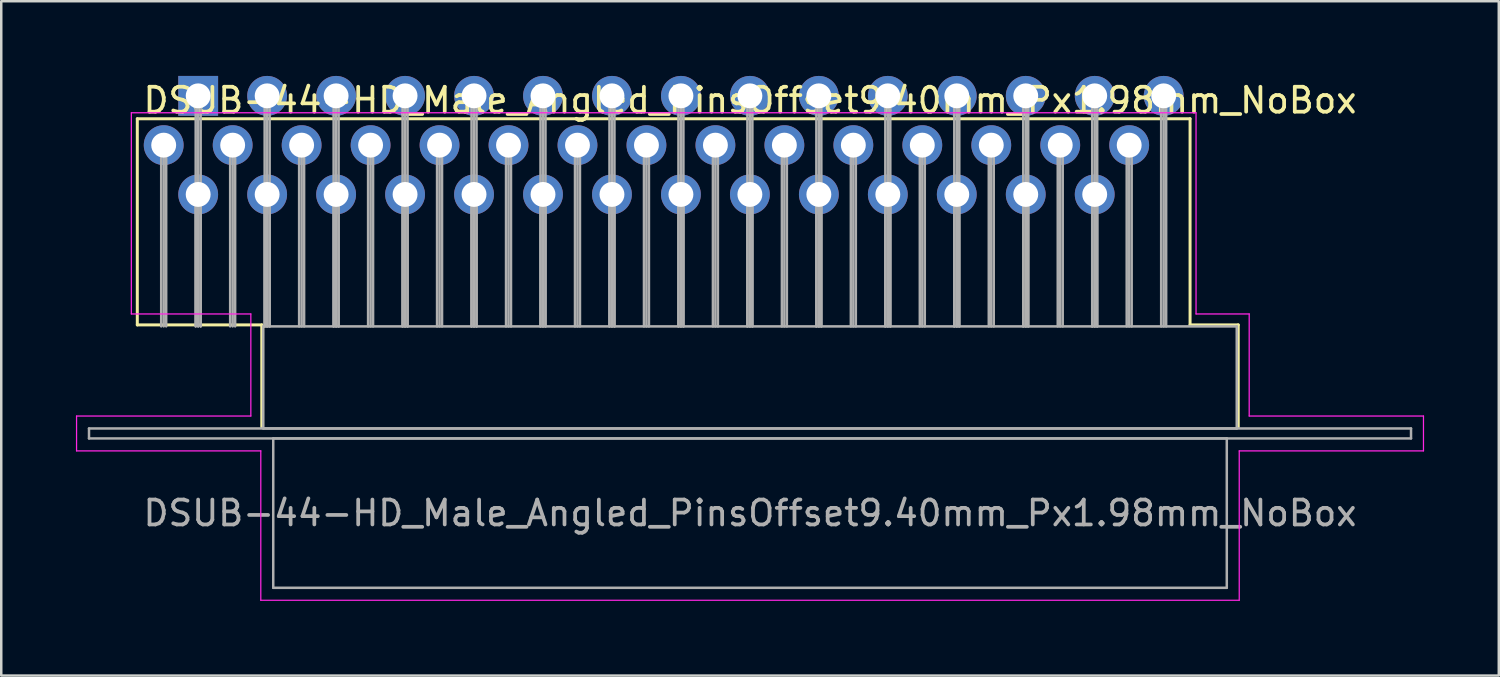
<source format=kicad_pcb>
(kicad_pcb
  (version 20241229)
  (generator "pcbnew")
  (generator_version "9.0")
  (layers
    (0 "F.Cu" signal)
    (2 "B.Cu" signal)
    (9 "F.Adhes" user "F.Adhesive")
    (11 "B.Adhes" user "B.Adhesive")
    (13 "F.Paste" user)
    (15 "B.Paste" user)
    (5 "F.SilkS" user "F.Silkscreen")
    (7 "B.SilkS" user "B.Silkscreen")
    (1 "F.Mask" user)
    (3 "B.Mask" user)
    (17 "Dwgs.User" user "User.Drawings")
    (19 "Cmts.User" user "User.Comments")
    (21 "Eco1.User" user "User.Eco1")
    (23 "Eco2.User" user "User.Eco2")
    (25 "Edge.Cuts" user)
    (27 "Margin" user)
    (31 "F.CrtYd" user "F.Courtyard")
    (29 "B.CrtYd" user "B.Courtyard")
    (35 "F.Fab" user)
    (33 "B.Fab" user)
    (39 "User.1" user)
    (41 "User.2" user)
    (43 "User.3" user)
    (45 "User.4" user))
  (footprint "DSUB-44-HD_Male_Angled_PinsOffset9.40mm_Px1.98mm_NoBox"
    (layer "F.Cu")
    (at 4.91 0.8)
    (property "Reference" "DSUB-44-HD_Male_Angled_PinsOffset9.40mm_Px1.98mm_NoBox" (at 22.165 0.18 0) (layer "F.SilkS") (effects (font (size 1 1) (thickness 0.15))))
    (attr through_hole)
    (fp_line (start -2.445 0.92) (end 39.84 0.92) (stroke (width 0.12) (type solid)) (layer "F.SilkS"))
    (fp_line (start -2.445 9.2) (end -2.445 0.92) (stroke (width 0.12) (type solid)) (layer "F.SilkS"))
    (fp_line (start -0.25 0.226) (end 0.25 0.226) (stroke (width 0.12) (type solid)) (layer "F.SilkS"))
    (fp_line (start 0 0.659) (end -0.25 0.226) (stroke (width 0.12) (type solid)) (layer "F.SilkS"))
    (fp_line (start 0.25 0.226) (end 0 0.659) (stroke (width 0.12) (type solid)) (layer "F.SilkS"))
    (fp_line (start 2.555 9.2) (end -2.445 9.2) (stroke (width 0.12) (type solid)) (layer "F.SilkS"))
    (fp_line (start 2.555 13.3) (end 2.555 9.2) (stroke (width 0.12) (type solid)) (layer "F.SilkS"))
    (fp_line (start 39.84 0.92) (end 39.84 9.2) (stroke (width 0.12) (type solid)) (layer "F.SilkS"))
    (fp_line (start 39.84 9.2) (end 41.775 9.2) (stroke (width 0.12) (type solid)) (layer "F.SilkS"))
    (fp_line (start 41.775 9.2) (end 41.775 13.3) (stroke (width 0.12) (type solid)) (layer "F.SilkS"))
    (fp_line (start -4.885 12.86) (end 2.115 12.86) (stroke (width 0.05) (type solid)) (layer "F.CrtYd"))
    (fp_line (start -4.885 14.26) (end -4.885 12.86) (stroke (width 0.05) (type solid)) (layer "F.CrtYd"))
    (fp_line (start -2.685 0.68) (end 40.08 0.68) (stroke (width 0.05) (type solid)) (layer "F.CrtYd"))
    (fp_line (start -2.685 8.76) (end -2.685 0.68) (stroke (width 0.05) (type solid)) (layer "F.CrtYd"))
    (fp_line (start 2.115 8.76) (end -2.685 8.76) (stroke (width 0.05) (type solid)) (layer "F.CrtYd"))
    (fp_line (start 2.115 12.86) (end 2.115 8.76) (stroke (width 0.05) (type solid)) (layer "F.CrtYd"))
    (fp_line (start 2.515 14.26) (end -4.885 14.26) (stroke (width 0.05) (type solid)) (layer "F.CrtYd"))
    (fp_line (start 2.515 20.26) (end 2.515 14.26) (stroke (width 0.05) (type solid)) (layer "F.CrtYd"))
    (fp_line (start 40.08 0.68) (end 40.08 8.76) (stroke (width 0.05) (type solid)) (layer "F.CrtYd"))
    (fp_line (start 40.08 8.76) (end 42.215 8.76) (stroke (width 0.05) (type solid)) (layer "F.CrtYd"))
    (fp_line (start 41.815 14.26) (end 41.815 20.26) (stroke (width 0.05) (type solid)) (layer "F.CrtYd"))
    (fp_line (start 41.815 20.26) (end 2.515 20.26) (stroke (width 0.05) (type solid)) (layer "F.CrtYd"))
    (fp_line (start 42.215 8.76) (end 42.215 12.86) (stroke (width 0.05) (type solid)) (layer "F.CrtYd"))
    (fp_line (start 42.215 12.86) (end 49.215 12.86) (stroke (width 0.05) (type solid)) (layer "F.CrtYd"))
    (fp_line (start 49.215 12.86) (end 49.215 14.26) (stroke (width 0.05) (type solid)) (layer "F.CrtYd"))
    (fp_line (start 49.215 14.26) (end 41.815 14.26) (stroke (width 0.05) (type solid)) (layer "F.CrtYd"))
    (fp_line (start -4.385 13.36) (end -4.385 13.76) (stroke (width 0.1) (type solid)) (layer "F.Fab"))
    (fp_line (start -4.385 13.76) (end 48.715 13.76) (stroke (width 0.1) (type solid)) (layer "F.Fab"))
    (fp_line (start -1.485 1.98) (end -1.485 9.26) (stroke (width 0.1) (type solid)) (layer "F.Fab"))
    (fp_line (start -1.385 1.98) (end -1.385 9.26) (stroke (width 0.1) (type solid)) (layer "F.Fab"))
    (fp_line (start -1.285 1.98) (end -1.285 9.26) (stroke (width 0.1) (type solid)) (layer "F.Fab"))
    (fp_line (start -0.1 0) (end -0.1 9.26) (stroke (width 0.1) (type solid)) (layer "F.Fab"))
    (fp_line (start -0.1 3.96) (end -0.1 9.26) (stroke (width 0.1) (type solid)) (layer "F.Fab"))
    (fp_line (start 0 0) (end 0 9.26) (stroke (width 0.1) (type solid)) (layer "F.Fab"))
    (fp_line (start 0 3.96) (end 0 9.26) (stroke (width 0.1) (type solid)) (layer "F.Fab"))
    (fp_line (start 0.1 0) (end 0.1 9.26) (stroke (width 0.1) (type solid)) (layer "F.Fab"))
    (fp_line (start 0.1 3.96) (end 0.1 9.26) (stroke (width 0.1) (type solid)) (layer "F.Fab"))
    (fp_line (start 1.285 1.98) (end 1.285 9.26) (stroke (width 0.1) (type solid)) (layer "F.Fab"))
    (fp_line (start 1.385 1.98) (end 1.385 9.26) (stroke (width 0.1) (type solid)) (layer "F.Fab"))
    (fp_line (start 1.485 1.98) (end 1.485 9.26) (stroke (width 0.1) (type solid)) (layer "F.Fab"))
    (fp_line (start 2.615 9.26) (end 2.615 13.36) (stroke (width 0.1) (type solid)) (layer "F.Fab"))
    (fp_line (start 2.615 13.36) (end 41.715 13.36) (stroke (width 0.1) (type solid)) (layer "F.Fab"))
    (fp_line (start 2.67 0) (end 2.67 9.26) (stroke (width 0.1) (type solid)) (layer "F.Fab"))
    (fp_line (start 2.67 3.96) (end 2.67 9.26) (stroke (width 0.1) (type solid)) (layer "F.Fab"))
    (fp_line (start 2.77 0) (end 2.77 9.26) (stroke (width 0.1) (type solid)) (layer "F.Fab"))
    (fp_line (start 2.77 3.96) (end 2.77 9.26) (stroke (width 0.1) (type solid)) (layer "F.Fab"))
    (fp_line (start 2.87 0) (end 2.87 9.26) (stroke (width 0.1) (type solid)) (layer "F.Fab"))
    (fp_line (start 2.87 3.96) (end 2.87 9.26) (stroke (width 0.1) (type solid)) (layer "F.Fab"))
    (fp_line (start 3.015 13.76) (end 3.015 19.76) (stroke (width 0.1) (type solid)) (layer "F.Fab"))
    (fp_line (start 3.015 19.76) (end 41.315 19.76) (stroke (width 0.1) (type solid)) (layer "F.Fab"))
    (fp_line (start 4.055 1.98) (end 4.055 9.26) (stroke (width 0.1) (type solid)) (layer "F.Fab"))
    (fp_line (start 4.155 1.98) (end 4.155 9.26) (stroke (width 0.1) (type solid)) (layer "F.Fab"))
    (fp_line (start 4.255 1.98) (end 4.255 9.26) (stroke (width 0.1) (type solid)) (layer "F.Fab"))
    (fp_line (start 5.44 0) (end 5.44 9.26) (stroke (width 0.1) (type solid)) (layer "F.Fab"))
    (fp_line (start 5.44 3.96) (end 5.44 9.26) (stroke (width 0.1) (type solid)) (layer "F.Fab"))
    (fp_line (start 5.54 0) (end 5.54 9.26) (stroke (width 0.1) (type solid)) (layer "F.Fab"))
    (fp_line (start 5.54 3.96) (end 5.54 9.26) (stroke (width 0.1) (type solid)) (layer "F.Fab"))
    (fp_line (start 5.64 0) (end 5.64 9.26) (stroke (width 0.1) (type solid)) (layer "F.Fab"))
    (fp_line (start 5.64 3.96) (end 5.64 9.26) (stroke (width 0.1) (type solid)) (layer "F.Fab"))
    (fp_line (start 6.825 1.98) (end 6.825 9.26) (stroke (width 0.1) (type solid)) (layer "F.Fab"))
    (fp_line (start 6.925 1.98) (end 6.925 9.26) (stroke (width 0.1) (type solid)) (layer "F.Fab"))
    (fp_line (start 7.025 1.98) (end 7.025 9.26) (stroke (width 0.1) (type solid)) (layer "F.Fab"))
    (fp_line (start 8.21 0) (end 8.21 9.26) (stroke (width 0.1) (type solid)) (layer "F.Fab"))
    (fp_line (start 8.21 3.96) (end 8.21 9.26) (stroke (width 0.1) (type solid)) (layer "F.Fab"))
    (fp_line (start 8.31 0) (end 8.31 9.26) (stroke (width 0.1) (type solid)) (layer "F.Fab"))
    (fp_line (start 8.31 3.96) (end 8.31 9.26) (stroke (width 0.1) (type solid)) (layer "F.Fab"))
    (fp_line (start 8.41 0) (end 8.41 9.26) (stroke (width 0.1) (type solid)) (layer "F.Fab"))
    (fp_line (start 8.41 3.96) (end 8.41 9.26) (stroke (width 0.1) (type solid)) (layer "F.Fab"))
    (fp_line (start 9.595 1.98) (end 9.595 9.26) (stroke (width 0.1) (type solid)) (layer "F.Fab"))
    (fp_line (start 9.695 1.98) (end 9.695 9.26) (stroke (width 0.1) (type solid)) (layer "F.Fab"))
    (fp_line (start 9.795 1.98) (end 9.795 9.26) (stroke (width 0.1) (type solid)) (layer "F.Fab"))
    (fp_line (start 10.98 0) (end 10.98 9.26) (stroke (width 0.1) (type solid)) (layer "F.Fab"))
    (fp_line (start 10.98 3.96) (end 10.98 9.26) (stroke (width 0.1) (type solid)) (layer "F.Fab"))
    (fp_line (start 11.08 0) (end 11.08 9.26) (stroke (width 0.1) (type solid)) (layer "F.Fab"))
    (fp_line (start 11.08 3.96) (end 11.08 9.26) (stroke (width 0.1) (type solid)) (layer "F.Fab"))
    (fp_line (start 11.18 0) (end 11.18 9.26) (stroke (width 0.1) (type solid)) (layer "F.Fab"))
    (fp_line (start 11.18 3.96) (end 11.18 9.26) (stroke (width 0.1) (type solid)) (layer "F.Fab"))
    (fp_line (start 12.365 1.98) (end 12.365 9.26) (stroke (width 0.1) (type solid)) (layer "F.Fab"))
    (fp_line (start 12.465 1.98) (end 12.465 9.26) (stroke (width 0.1) (type solid)) (layer "F.Fab"))
    (fp_line (start 12.565 1.98) (end 12.565 9.26) (stroke (width 0.1) (type solid)) (layer "F.Fab"))
    (fp_line (start 13.75 0) (end 13.75 9.26) (stroke (width 0.1) (type solid)) (layer "F.Fab"))
    (fp_line (start 13.75 3.96) (end 13.75 9.26) (stroke (width 0.1) (type solid)) (layer "F.Fab"))
    (fp_line (start 13.85 0) (end 13.85 9.26) (stroke (width 0.1) (type solid)) (layer "F.Fab"))
    (fp_line (start 13.85 3.96) (end 13.85 9.26) (stroke (width 0.1) (type solid)) (layer "F.Fab"))
    (fp_line (start 13.95 0) (end 13.95 9.26) (stroke (width 0.1) (type solid)) (layer "F.Fab"))
    (fp_line (start 13.95 3.96) (end 13.95 9.26) (stroke (width 0.1) (type solid)) (layer "F.Fab"))
    (fp_line (start 15.135 1.98) (end 15.135 9.26) (stroke (width 0.1) (type solid)) (layer "F.Fab"))
    (fp_line (start 15.235 1.98) (end 15.235 9.26) (stroke (width 0.1) (type solid)) (layer "F.Fab"))
    (fp_line (start 15.335 1.98) (end 15.335 9.26) (stroke (width 0.1) (type solid)) (layer "F.Fab"))
    (fp_line (start 16.52 0) (end 16.52 9.26) (stroke (width 0.1) (type solid)) (layer "F.Fab"))
    (fp_line (start 16.52 3.96) (end 16.52 9.26) (stroke (width 0.1) (type solid)) (layer "F.Fab"))
    (fp_line (start 16.62 0) (end 16.62 9.26) (stroke (width 0.1) (type solid)) (layer "F.Fab"))
    (fp_line (start 16.62 3.96) (end 16.62 9.26) (stroke (width 0.1) (type solid)) (layer "F.Fab"))
    (fp_line (start 16.72 0) (end 16.72 9.26) (stroke (width 0.1) (type solid)) (layer "F.Fab"))
    (fp_line (start 16.72 3.96) (end 16.72 9.26) (stroke (width 0.1) (type solid)) (layer "F.Fab"))
    (fp_line (start 17.905 1.98) (end 17.905 9.26) (stroke (width 0.1) (type solid)) (layer "F.Fab"))
    (fp_line (start 18.005 1.98) (end 18.005 9.26) (stroke (width 0.1) (type solid)) (layer "F.Fab"))
    (fp_line (start 18.105 1.98) (end 18.105 9.26) (stroke (width 0.1) (type solid)) (layer "F.Fab"))
    (fp_line (start 19.29 0) (end 19.29 9.26) (stroke (width 0.1) (type solid)) (layer "F.Fab"))
    (fp_line (start 19.29 3.96) (end 19.29 9.26) (stroke (width 0.1) (type solid)) (layer "F.Fab"))
    (fp_line (start 19.39 0) (end 19.39 9.26) (stroke (width 0.1) (type solid)) (layer "F.Fab"))
    (fp_line (start 19.39 3.96) (end 19.39 9.26) (stroke (width 0.1) (type solid)) (layer "F.Fab"))
    (fp_line (start 19.49 0) (end 19.49 9.26) (stroke (width 0.1) (type solid)) (layer "F.Fab"))
    (fp_line (start 19.49 3.96) (end 19.49 9.26) (stroke (width 0.1) (type solid)) (layer "F.Fab"))
    (fp_line (start 20.675 1.98) (end 20.675 9.26) (stroke (width 0.1) (type solid)) (layer "F.Fab"))
    (fp_line (start 20.775 1.98) (end 20.775 9.26) (stroke (width 0.1) (type solid)) (layer "F.Fab"))
    (fp_line (start 20.875 1.98) (end 20.875 9.26) (stroke (width 0.1) (type solid)) (layer "F.Fab"))
    (fp_line (start 22.06 0) (end 22.06 9.26) (stroke (width 0.1) (type solid)) (layer "F.Fab"))
    (fp_line (start 22.06 3.96) (end 22.06 9.26) (stroke (width 0.1) (type solid)) (layer "F.Fab"))
    (fp_line (start 22.16 0) (end 22.16 9.26) (stroke (width 0.1) (type solid)) (layer "F.Fab"))
    (fp_line (start 22.16 3.96) (end 22.16 9.26) (stroke (width 0.1) (type solid)) (layer "F.Fab"))
    (fp_line (start 22.26 0) (end 22.26 9.26) (stroke (width 0.1) (type solid)) (layer "F.Fab"))
    (fp_line (start 22.26 3.96) (end 22.26 9.26) (stroke (width 0.1) (type solid)) (layer "F.Fab"))
    (fp_line (start 23.445 1.98) (end 23.445 9.26) (stroke (width 0.1) (type solid)) (layer "F.Fab"))
    (fp_line (start 23.545 1.98) (end 23.545 9.26) (stroke (width 0.1) (type solid)) (layer "F.Fab"))
    (fp_line (start 23.645 1.98) (end 23.645 9.26) (stroke (width 0.1) (type solid)) (layer "F.Fab"))
    (fp_line (start 24.83 0) (end 24.83 9.26) (stroke (width 0.1) (type solid)) (layer "F.Fab"))
    (fp_line (start 24.83 3.96) (end 24.83 9.26) (stroke (width 0.1) (type solid)) (layer "F.Fab"))
    (fp_line (start 24.93 0) (end 24.93 9.26) (stroke (width 0.1) (type solid)) (layer "F.Fab"))
    (fp_line (start 24.93 3.96) (end 24.93 9.26) (stroke (width 0.1) (type solid)) (layer "F.Fab"))
    (fp_line (start 25.03 0) (end 25.03 9.26) (stroke (width 0.1) (type solid)) (layer "F.Fab"))
    (fp_line (start 25.03 3.96) (end 25.03 9.26) (stroke (width 0.1) (type solid)) (layer "F.Fab"))
    (fp_line (start 26.215 1.98) (end 26.215 9.26) (stroke (width 0.1) (type solid)) (layer "F.Fab"))
    (fp_line (start 26.315 1.98) (end 26.315 9.26) (stroke (width 0.1) (type solid)) (layer "F.Fab"))
    (fp_line (start 26.415 1.98) (end 26.415 9.26) (stroke (width 0.1) (type solid)) (layer "F.Fab"))
    (fp_line (start 27.6 0) (end 27.6 9.26) (stroke (width 0.1) (type solid)) (layer "F.Fab"))
    (fp_line (start 27.6 3.96) (end 27.6 9.26) (stroke (width 0.1) (type solid)) (layer "F.Fab"))
    (fp_line (start 27.7 0) (end 27.7 9.26) (stroke (width 0.1) (type solid)) (layer "F.Fab"))
    (fp_line (start 27.7 3.96) (end 27.7 9.26) (stroke (width 0.1) (type solid)) (layer "F.Fab"))
    (fp_line (start 27.8 0) (end 27.8 9.26) (stroke (width 0.1) (type solid)) (layer "F.Fab"))
    (fp_line (start 27.8 3.96) (end 27.8 9.26) (stroke (width 0.1) (type solid)) (layer "F.Fab"))
    (fp_line (start 28.985 1.98) (end 28.985 9.26) (stroke (width 0.1) (type solid)) (layer "F.Fab"))
    (fp_line (start 29.085 1.98) (end 29.085 9.26) (stroke (width 0.1) (type solid)) (layer "F.Fab"))
    (fp_line (start 29.185 1.98) (end 29.185 9.26) (stroke (width 0.1) (type solid)) (layer "F.Fab"))
    (fp_line (start 30.37 0) (end 30.37 9.26) (stroke (width 0.1) (type solid)) (layer "F.Fab"))
    (fp_line (start 30.37 3.96) (end 30.37 9.26) (stroke (width 0.1) (type solid)) (layer "F.Fab"))
    (fp_line (start 30.47 0) (end 30.47 9.26) (stroke (width 0.1) (type solid)) (layer "F.Fab"))
    (fp_line (start 30.47 3.96) (end 30.47 9.26) (stroke (width 0.1) (type solid)) (layer "F.Fab"))
    (fp_line (start 30.57 0) (end 30.57 9.26) (stroke (width 0.1) (type solid)) (layer "F.Fab"))
    (fp_line (start 30.57 3.96) (end 30.57 9.26) (stroke (width 0.1) (type solid)) (layer "F.Fab"))
    (fp_line (start 31.755 1.98) (end 31.755 9.26) (stroke (width 0.1) (type solid)) (layer "F.Fab"))
    (fp_line (start 31.855 1.98) (end 31.855 9.26) (stroke (width 0.1) (type solid)) (layer "F.Fab"))
    (fp_line (start 31.955 1.98) (end 31.955 9.26) (stroke (width 0.1) (type solid)) (layer "F.Fab"))
    (fp_line (start 33.14 0) (end 33.14 9.26) (stroke (width 0.1) (type solid)) (layer "F.Fab"))
    (fp_line (start 33.14 3.96) (end 33.14 9.26) (stroke (width 0.1) (type solid)) (layer "F.Fab"))
    (fp_line (start 33.24 0) (end 33.24 9.26) (stroke (width 0.1) (type solid)) (layer "F.Fab"))
    (fp_line (start 33.24 3.96) (end 33.24 9.26) (stroke (width 0.1) (type solid)) (layer "F.Fab"))
    (fp_line (start 33.34 0) (end 33.34 9.26) (stroke (width 0.1) (type solid)) (layer "F.Fab"))
    (fp_line (start 33.34 3.96) (end 33.34 9.26) (stroke (width 0.1) (type solid)) (layer "F.Fab"))
    (fp_line (start 34.525 1.98) (end 34.525 9.26) (stroke (width 0.1) (type solid)) (layer "F.Fab"))
    (fp_line (start 34.625 1.98) (end 34.625 9.26) (stroke (width 0.1) (type solid)) (layer "F.Fab"))
    (fp_line (start 34.725 1.98) (end 34.725 9.26) (stroke (width 0.1) (type solid)) (layer "F.Fab"))
    (fp_line (start 35.91 0) (end 35.91 9.26) (stroke (width 0.1) (type solid)) (layer "F.Fab"))
    (fp_line (start 35.91 3.96) (end 35.91 9.26) (stroke (width 0.1) (type solid)) (layer "F.Fab"))
    (fp_line (start 36.01 0) (end 36.01 9.26) (stroke (width 0.1) (type solid)) (layer "F.Fab"))
    (fp_line (start 36.01 3.96) (end 36.01 9.26) (stroke (width 0.1) (type solid)) (layer "F.Fab"))
    (fp_line (start 36.11 0) (end 36.11 9.26) (stroke (width 0.1) (type solid)) (layer "F.Fab"))
    (fp_line (start 36.11 3.96) (end 36.11 9.26) (stroke (width 0.1) (type solid)) (layer "F.Fab"))
    (fp_line (start 37.295 1.98) (end 37.295 9.26) (stroke (width 0.1) (type solid)) (layer "F.Fab"))
    (fp_line (start 37.395 1.98) (end 37.395 9.26) (stroke (width 0.1) (type solid)) (layer "F.Fab"))
    (fp_line (start 37.495 1.98) (end 37.495 9.26) (stroke (width 0.1) (type solid)) (layer "F.Fab"))
    (fp_line (start 38.68 0) (end 38.68 9.26) (stroke (width 0.1) (type solid)) (layer "F.Fab"))
    (fp_line (start 38.78 0) (end 38.78 9.26) (stroke (width 0.1) (type solid)) (layer "F.Fab"))
    (fp_line (start 38.88 0) (end 38.88 9.26) (stroke (width 0.1) (type solid)) (layer "F.Fab"))
    (fp_line (start 41.315 13.76) (end 3.015 13.76) (stroke (width 0.1) (type solid)) (layer "F.Fab"))
    (fp_line (start 41.315 19.76) (end 41.315 13.76) (stroke (width 0.1) (type solid)) (layer "F.Fab"))
    (fp_line (start 41.715 9.26) (end 2.615 9.26) (stroke (width 0.1) (type solid)) (layer "F.Fab"))
    (fp_line (start 41.715 13.36) (end 41.715 9.26) (stroke (width 0.1) (type solid)) (layer "F.Fab"))
    (fp_line (start 48.715 13.36) (end -4.385 13.36) (stroke (width 0.1) (type solid)) (layer "F.Fab"))
    (fp_line (start 48.715 13.76) (end 48.715 13.36) (stroke (width 0.1) (type solid)) (layer "F.Fab"))
    (fp_text user "${REFERENCE}" (at 22.165 16.76 0) (layer "F.Fab") (effects (font (size 1 1) (thickness 0.15))))
    (pad "1" thru_hole rect (at 0 0) (size 1.6 1.6) (drill 1) (layers "*.Cu" "*.Mask"))
    (pad "2" thru_hole circle (at 2.77 0) (size 1.6 1.6) (drill 1) (layers "*.Cu" "*.Mask"))
    (pad "3" thru_hole circle (at 5.54 0) (size 1.6 1.6) (drill 1) (layers "*.Cu" "*.Mask"))
    (pad "4" thru_hole circle (at 8.31 0) (size 1.6 1.6) (drill 1) (layers "*.Cu" "*.Mask"))
    (pad "5" thru_hole circle (at 11.08 0) (size 1.6 1.6) (drill 1) (layers "*.Cu" "*.Mask"))
    (pad "6" thru_hole circle (at 13.85 0) (size 1.6 1.6) (drill 1) (layers "*.Cu" "*.Mask"))
    (pad "7" thru_hole circle (at 16.62 0) (size 1.6 1.6) (drill 1) (layers "*.Cu" "*.Mask"))
    (pad "8" thru_hole circle (at 19.39 0) (size 1.6 1.6) (drill 1) (layers "*.Cu" "*.Mask"))
    (pad "9" thru_hole circle (at 22.16 0) (size 1.6 1.6) (drill 1) (layers "*.Cu" "*.Mask"))
    (pad "10" thru_hole circle (at 24.93 0) (size 1.6 1.6) (drill 1) (layers "*.Cu" "*.Mask"))
    (pad "11" thru_hole circle (at 27.7 0) (size 1.6 1.6) (drill 1) (layers "*.Cu" "*.Mask"))
    (pad "12" thru_hole circle (at 30.47 0) (size 1.6 1.6) (drill 1) (layers "*.Cu" "*.Mask"))
    (pad "13" thru_hole circle (at 33.24 0) (size 1.6 1.6) (drill 1) (layers "*.Cu" "*.Mask"))
    (pad "14" thru_hole circle (at 36.01 0) (size 1.6 1.6) (drill 1) (layers "*.Cu" "*.Mask"))
    (pad "15" thru_hole circle (at 38.78 0) (size 1.6 1.6) (drill 1) (layers "*.Cu" "*.Mask"))
    (pad "16" thru_hole circle (at -1.385 1.98) (size 1.6 1.6) (drill 1) (layers "*.Cu" "*.Mask"))
    (pad "17" thru_hole circle (at 1.385 1.98) (size 1.6 1.6) (drill 1) (layers "*.Cu" "*.Mask"))
    (pad "18" thru_hole circle (at 4.155 1.98) (size 1.6 1.6) (drill 1) (layers "*.Cu" "*.Mask"))
    (pad "19" thru_hole circle (at 6.925 1.98) (size 1.6 1.6) (drill 1) (layers "*.Cu" "*.Mask"))
    (pad "20" thru_hole circle (at 9.695 1.98) (size 1.6 1.6) (drill 1) (layers "*.Cu" "*.Mask"))
    (pad "21" thru_hole circle (at 12.465 1.98) (size 1.6 1.6) (drill 1) (layers "*.Cu" "*.Mask"))
    (pad "22" thru_hole circle (at 15.235 1.98) (size 1.6 1.6) (drill 1) (layers "*.Cu" "*.Mask"))
    (pad "23" thru_hole circle (at 18.005 1.98) (size 1.6 1.6) (drill 1) (layers "*.Cu" "*.Mask"))
    (pad "24" thru_hole circle (at 20.775 1.98) (size 1.6 1.6) (drill 1) (layers "*.Cu" "*.Mask"))
    (pad "25" thru_hole circle (at 23.545 1.98) (size 1.6 1.6) (drill 1) (layers "*.Cu" "*.Mask"))
    (pad "26" thru_hole circle (at 26.315 1.98) (size 1.6 1.6) (drill 1) (layers "*.Cu" "*.Mask"))
    (pad "27" thru_hole circle (at 29.085 1.98) (size 1.6 1.6) (drill 1) (layers "*.Cu" "*.Mask"))
    (pad "28" thru_hole circle (at 31.855 1.98) (size 1.6 1.6) (drill 1) (layers "*.Cu" "*.Mask"))
    (pad "29" thru_hole circle (at 34.625 1.98) (size 1.6 1.6) (drill 1) (layers "*.Cu" "*.Mask"))
    (pad "30" thru_hole circle (at 37.395 1.98) (size 1.6 1.6) (drill 1) (layers "*.Cu" "*.Mask"))
    (pad "31" thru_hole circle (at 0 3.96) (size 1.6 1.6) (drill 1) (layers "*.Cu" "*.Mask"))
    (pad "32" thru_hole circle (at 2.77 3.96) (size 1.6 1.6) (drill 1) (layers "*.Cu" "*.Mask"))
    (pad "33" thru_hole circle (at 5.54 3.96) (size 1.6 1.6) (drill 1) (layers "*.Cu" "*.Mask"))
    (pad "34" thru_hole circle (at 8.31 3.96) (size 1.6 1.6) (drill 1) (layers "*.Cu" "*.Mask"))
    (pad "35" thru_hole circle (at 11.08 3.96) (size 1.6 1.6) (drill 1) (layers "*.Cu" "*.Mask"))
    (pad "36" thru_hole circle (at 13.85 3.96) (size 1.6 1.6) (drill 1) (layers "*.Cu" "*.Mask"))
    (pad "37" thru_hole circle (at 16.62 3.96) (size 1.6 1.6) (drill 1) (layers "*.Cu" "*.Mask"))
    (pad "38" thru_hole circle (at 19.39 3.96) (size 1.6 1.6) (drill 1) (layers "*.Cu" "*.Mask"))
    (pad "39" thru_hole circle (at 22.16 3.96) (size 1.6 1.6) (drill 1) (layers "*.Cu" "*.Mask"))
    (pad "40" thru_hole circle (at 24.93 3.96) (size 1.6 1.6) (drill 1) (layers "*.Cu" "*.Mask"))
    (pad "41" thru_hole circle (at 27.7 3.96) (size 1.6 1.6) (drill 1) (layers "*.Cu" "*.Mask"))
    (pad "42" thru_hole circle (at 30.47 3.96) (size 1.6 1.6) (drill 1) (layers "*.Cu" "*.Mask"))
    (pad "43" thru_hole circle (at 33.24 3.96) (size 1.6 1.6) (drill 1) (layers "*.Cu" "*.Mask"))
    (pad "44" thru_hole circle (at 36.01 3.96) (size 1.6 1.6) (drill 1) (layers "*.Cu" "*.Mask")))
  (gr_rect
    (start -3 -3)
    (end 57.15 24.085)
    (stroke (width 0.1) (type default))
    (fill no)
    (layer "Edge.Cuts")))
</source>
